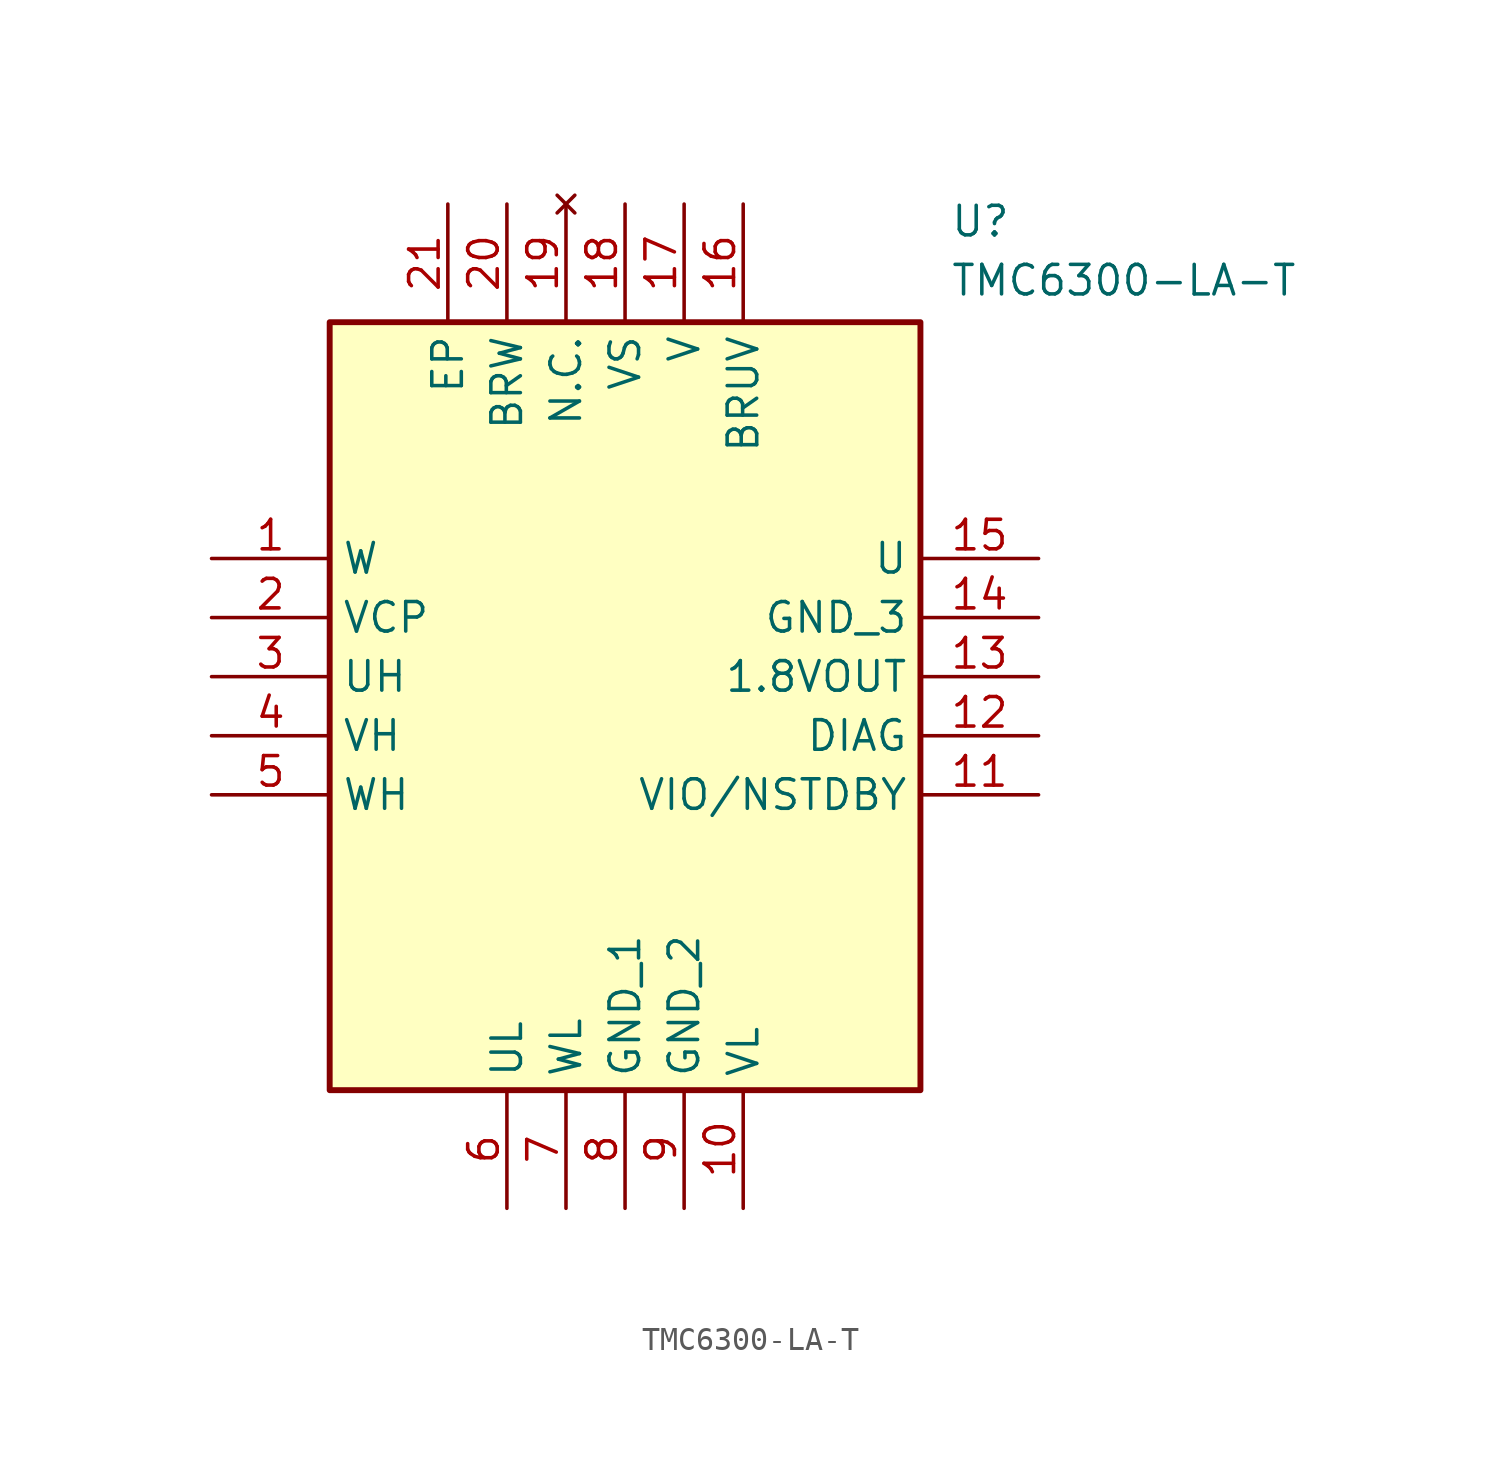
<source format=kicad_sym>
(kicad_symbol_lib
  (version 20231120)
  (generator "kicad_symbol_editor")
  (generator_version "8.0")
  (symbol "TMC6300-LA-T"
    (property "Reference" "U"
      (at 31.75 15.24 0)
      (effects (font (size 1.27 1.27)) (justify left top)))
    (property "Value" "TMC6300-LA-T"
      (at 31.75 12.7 0)
      (effects (font (size 1.27 1.27)) (justify left top)))
    (symbol "TMC6300-LA-T_1_1"
      (rectangle (start 5.08 10.16) (end 30.48 -22.86) (stroke (width 0.254) (type default)) (fill (type background)))
      (pin passive line (at 0 0 0) (length 5.08) (name "W" (effects (font (size 1.27 1.27)))) (number "1" (effects (font (size 1.27 1.27)))))
      (pin passive line (at 22.86 -27.94 90) (length 5.08) (name "VL" (effects (font (size 1.27 1.27)))) (number "10" (effects (font (size 1.27 1.27)))))
      (pin passive line (at 35.56 -10.16 180) (length 5.08) (name "VIO/NSTDBY" (effects (font (size 1.27 1.27)))) (number "11" (effects (font (size 1.27 1.27)))))
      (pin passive line (at 35.56 -7.62 180) (length 5.08) (name "DIAG" (effects (font (size 1.27 1.27)))) (number "12" (effects (font (size 1.27 1.27)))))
      (pin passive line (at 35.56 -5.08 180) (length 5.08) (name "1.8VOUT" (effects (font (size 1.27 1.27)))) (number "13" (effects (font (size 1.27 1.27)))))
      (pin passive line (at 35.56 -2.54 180) (length 5.08) (name "GND_3" (effects (font (size 1.27 1.27)))) (number "14" (effects (font (size 1.27 1.27)))))
      (pin passive line (at 35.56 0 180) (length 5.08) (name "U" (effects (font (size 1.27 1.27)))) (number "15" (effects (font (size 1.27 1.27)))))
      (pin passive line (at 22.86 15.24 270) (length 5.08) (name "BRUV" (effects (font (size 1.27 1.27)))) (number "16" (effects (font (size 1.27 1.27)))))
      (pin passive line (at 20.32 15.24 270) (length 5.08) (name "V" (effects (font (size 1.27 1.27)))) (number "17" (effects (font (size 1.27 1.27)))))
      (pin passive line (at 17.78 15.24 270) (length 5.08) (name "VS" (effects (font (size 1.27 1.27)))) (number "18" (effects (font (size 1.27 1.27)))))
      (pin no_connect line (at 15.24 15.24 270) (length 5.08) (name "N.C." (effects (font (size 1.27 1.27)))) (number "19" (effects (font (size 1.27 1.27)))))
      (pin passive line (at 0 -2.54 0) (length 5.08) (name "VCP" (effects (font (size 1.27 1.27)))) (number "2" (effects (font (size 1.27 1.27)))))
      (pin passive line (at 12.7 15.24 270) (length 5.08) (name "BRW" (effects (font (size 1.27 1.27)))) (number "20" (effects (font (size 1.27 1.27)))))
      (pin passive line (at 10.16 15.24 270) (length 5.08) (name "EP" (effects (font (size 1.27 1.27)))) (number "21" (effects (font (size 1.27 1.27)))))
      (pin passive line (at 0 -5.08 0) (length 5.08) (name "UH" (effects (font (size 1.27 1.27)))) (number "3" (effects (font (size 1.27 1.27)))))
      (pin passive line (at 0 -7.62 0) (length 5.08) (name "VH" (effects (font (size 1.27 1.27)))) (number "4" (effects (font (size 1.27 1.27)))))
      (pin passive line (at 0 -10.16 0) (length 5.08) (name "WH" (effects (font (size 1.27 1.27)))) (number "5" (effects (font (size 1.27 1.27)))))
      (pin passive line (at 12.7 -27.94 90) (length 5.08) (name "UL" (effects (font (size 1.27 1.27)))) (number "6" (effects (font (size 1.27 1.27)))))
      (pin passive line (at 15.24 -27.94 90) (length 5.08) (name "WL" (effects (font (size 1.27 1.27)))) (number "7" (effects (font (size 1.27 1.27)))))
      (pin passive line (at 17.78 -27.94 90) (length 5.08) (name "GND_1" (effects (font (size 1.27 1.27)))) (number "8" (effects (font (size 1.27 1.27)))))
      (pin passive line (at 20.32 -27.94 90) (length 5.08) (name "GND_2" (effects (font (size 1.27 1.27)))) (number "9" (effects (font (size 1.27 1.27))))))))
</source>
